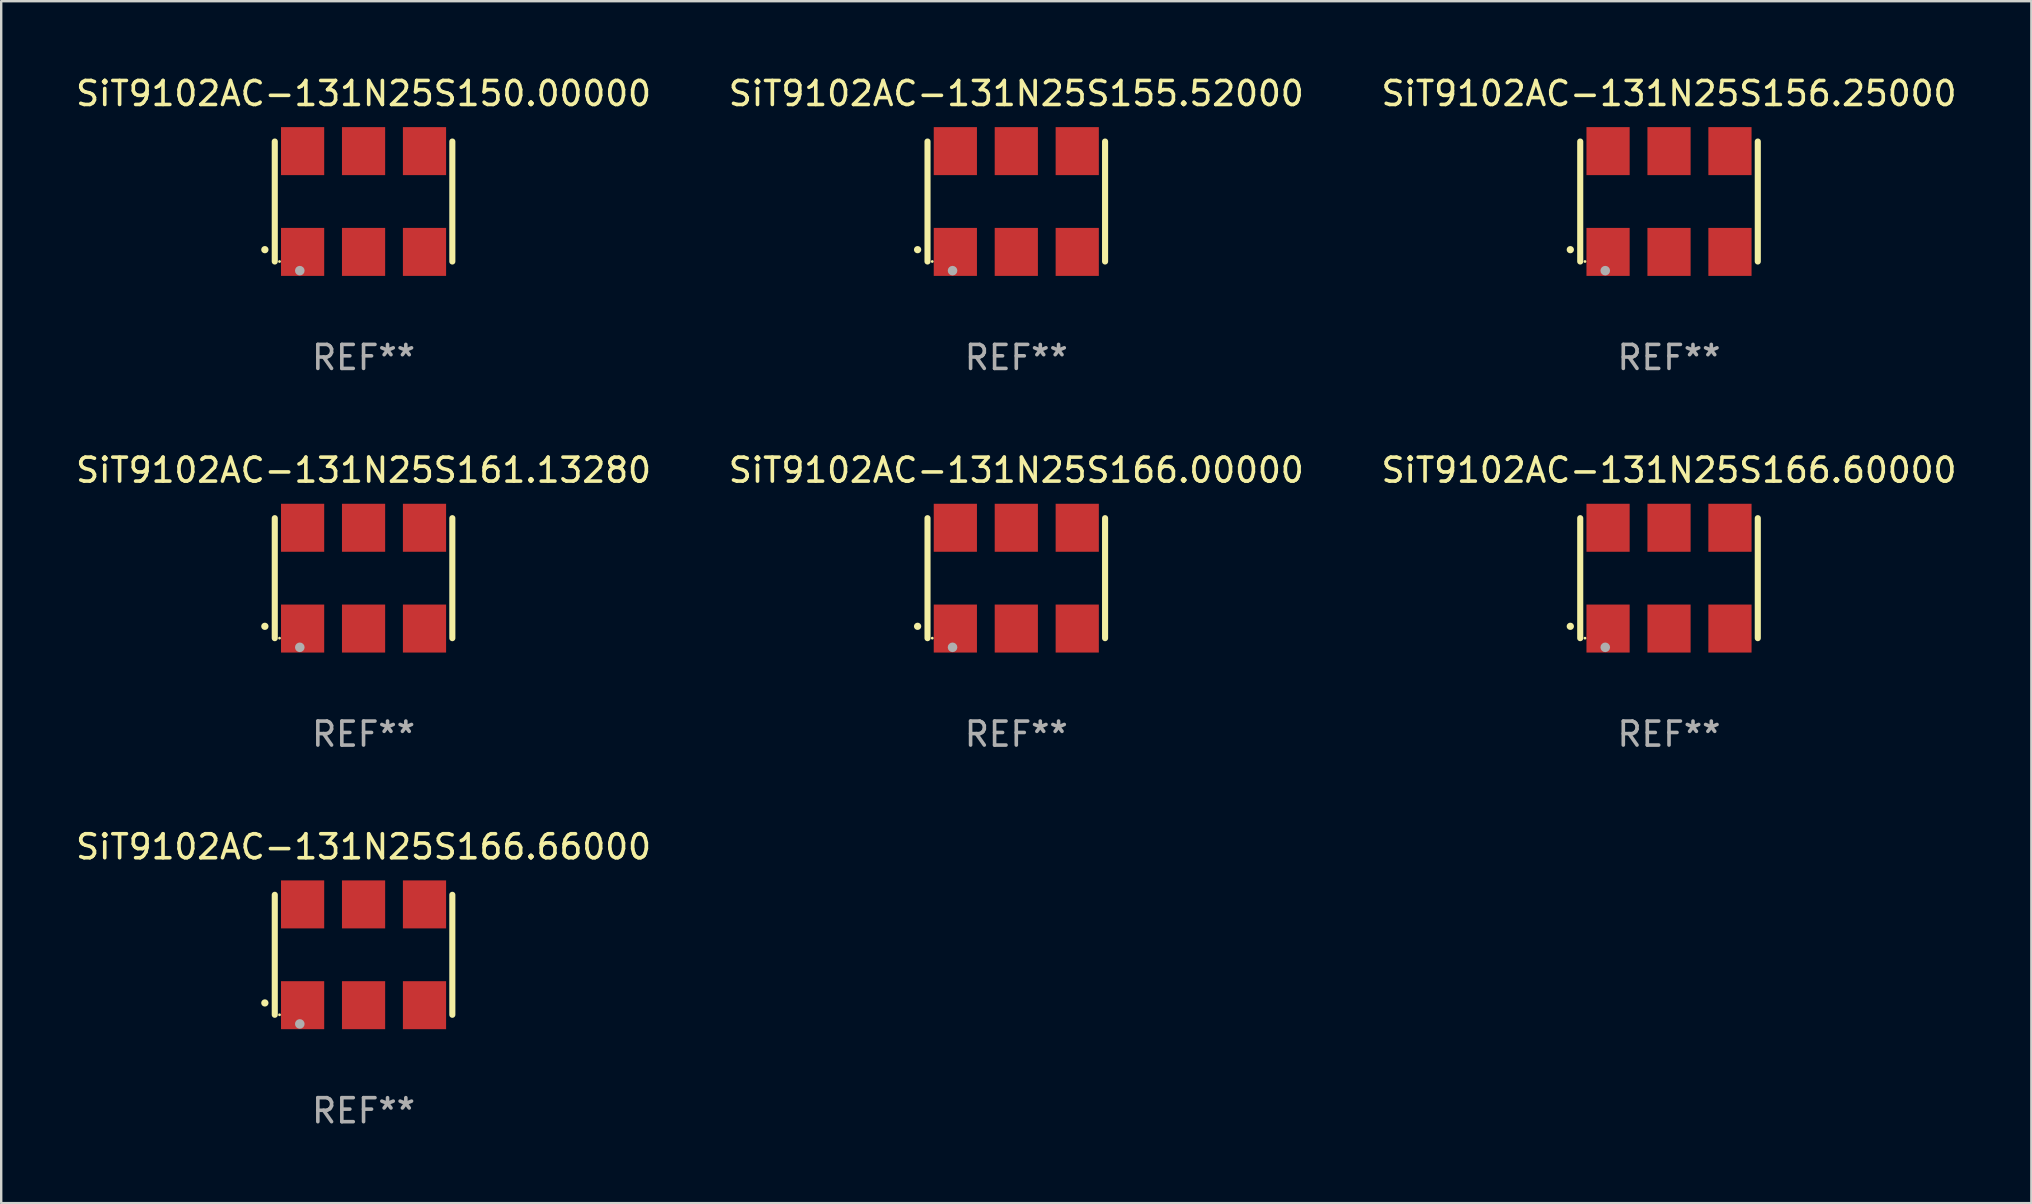
<source format=kicad_pcb>
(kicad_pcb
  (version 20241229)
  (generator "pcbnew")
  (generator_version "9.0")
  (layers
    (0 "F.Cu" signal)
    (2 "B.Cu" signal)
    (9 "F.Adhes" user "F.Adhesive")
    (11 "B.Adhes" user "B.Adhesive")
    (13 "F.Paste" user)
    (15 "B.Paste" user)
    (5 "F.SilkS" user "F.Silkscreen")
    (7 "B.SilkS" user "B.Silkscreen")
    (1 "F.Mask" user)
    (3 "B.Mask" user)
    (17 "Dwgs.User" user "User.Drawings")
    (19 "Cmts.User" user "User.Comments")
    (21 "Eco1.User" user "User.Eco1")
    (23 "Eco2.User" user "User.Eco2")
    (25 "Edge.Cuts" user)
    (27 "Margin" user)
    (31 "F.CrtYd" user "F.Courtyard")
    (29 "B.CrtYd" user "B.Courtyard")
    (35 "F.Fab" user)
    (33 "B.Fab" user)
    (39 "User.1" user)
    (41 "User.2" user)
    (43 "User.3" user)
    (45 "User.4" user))
  (footprint "SiT9102AC-131N25S166.60000"
    (layer "F.Cu")
    (at 66.506 21.045)
    (property "Reference" "SiT9102AC-131N25S166.60000" (at 0 -4.5 0) (layer "F.SilkS") (effects (font (size 1 1) (thickness 0.15))))
    (attr through_hole)
    (fp_line (start -3.7 -2.5) (end -3.7 2.5) (stroke (width 0.254) (type solid)) (layer "F.SilkS"))
    (fp_line (start 3.7 -2.5) (end 3.7 2.5) (stroke (width 0.254) (type solid)) (layer "F.SilkS"))
    (fp_arc (start -4.114415 2.006604) (mid -4.113145 2.006599) (end -4.111875 2.006604) (stroke (width 0.3) (type solid)) (layer "F.SilkS"))
    (fp_circle (center -3.502 2.5) (end -3.472 2.5) (stroke (width 0.06) (type solid)) (fill no) (layer "F.SilkS"))
    (fp_circle (center -2.657 2.882) (end -2.557 2.882) (stroke (width 0.2) (type solid)) (fill no) (layer "F.Fab"))
    (fp_text user "REF**" (at 0 6.5 0) (layer "F.Fab") (effects (font (size 1 1) (thickness 0.15))))
    (pad "1" smd rect (at -2.54 2.1) (size 1.8 2) (layers "F.Cu" "F.Mask" "F.Paste"))
    (pad "2" smd rect (at 0.000394 2.1) (size 1.8 2) (layers "F.Cu" "F.Mask" "F.Paste"))
    (pad "3" smd rect (at 2.54 2.1) (size 1.8 2) (layers "F.Cu" "F.Mask" "F.Paste"))
    (pad "4" smd rect (at 2.54 -2.1) (size 1.8 2) (layers "F.Cu" "F.Mask" "F.Paste"))
    (pad "5" smd rect (at 0.000394 -2.1) (size 1.8 2) (layers "F.Cu" "F.Mask" "F.Paste"))
    (pad "6" smd rect (at -2.54 -2.1) (size 1.8 2) (layers "F.Cu" "F.Mask" "F.Paste")))
  (footprint "SiT9102AC-131N25S150.00000"
    (layer "F.Cu")
    (at 12.101 5.348)
    (property "Reference" "SiT9102AC-131N25S150.00000" (at 0 -4.5 0) (layer "F.SilkS") (effects (font (size 1 1) (thickness 0.15))))
    (attr through_hole)
    (fp_line (start -3.7 -2.5) (end -3.7 2.5) (stroke (width 0.254) (type solid)) (layer "F.SilkS"))
    (fp_line (start 3.7 -2.5) (end 3.7 2.5) (stroke (width 0.254) (type solid)) (layer "F.SilkS"))
    (fp_arc (start -4.114415 2.006604) (mid -4.113145 2.006599) (end -4.111875 2.006604) (stroke (width 0.3) (type solid)) (layer "F.SilkS"))
    (fp_circle (center -3.502 2.5) (end -3.472 2.5) (stroke (width 0.06) (type solid)) (fill no) (layer "F.SilkS"))
    (fp_circle (center -2.657 2.882) (end -2.557 2.882) (stroke (width 0.2) (type solid)) (fill no) (layer "F.Fab"))
    (fp_text user "REF**" (at 0 6.5 0) (layer "F.Fab") (effects (font (size 1 1) (thickness 0.15))))
    (pad "1" smd rect (at -2.54 2.1) (size 1.8 2) (layers "F.Cu" "F.Mask" "F.Paste"))
    (pad "2" smd rect (at 0.000394 2.1) (size 1.8 2) (layers "F.Cu" "F.Mask" "F.Paste"))
    (pad "3" smd rect (at 2.54 2.1) (size 1.8 2) (layers "F.Cu" "F.Mask" "F.Paste"))
    (pad "4" smd rect (at 2.54 -2.1) (size 1.8 2) (layers "F.Cu" "F.Mask" "F.Paste"))
    (pad "5" smd rect (at 0.000394 -2.1) (size 1.8 2) (layers "F.Cu" "F.Mask" "F.Paste"))
    (pad "6" smd rect (at -2.54 -2.1) (size 1.8 2) (layers "F.Cu" "F.Mask" "F.Paste")))
  (footprint "SiT9102AC-131N25S161.13280"
    (layer "F.Cu")
    (at 12.101 21.045)
    (property "Reference" "SiT9102AC-131N25S161.13280" (at 0 -4.5 0) (layer "F.SilkS") (effects (font (size 1 1) (thickness 0.15))))
    (attr through_hole)
    (fp_line (start -3.7 -2.5) (end -3.7 2.5) (stroke (width 0.254) (type solid)) (layer "F.SilkS"))
    (fp_line (start 3.7 -2.5) (end 3.7 2.5) (stroke (width 0.254) (type solid)) (layer "F.SilkS"))
    (fp_arc (start -4.114415 2.006604) (mid -4.113145 2.006599) (end -4.111875 2.006604) (stroke (width 0.3) (type solid)) (layer "F.SilkS"))
    (fp_circle (center -3.502 2.5) (end -3.472 2.5) (stroke (width 0.06) (type solid)) (fill no) (layer "F.SilkS"))
    (fp_circle (center -2.657 2.882) (end -2.557 2.882) (stroke (width 0.2) (type solid)) (fill no) (layer "F.Fab"))
    (fp_text user "REF**" (at 0 6.5 0) (layer "F.Fab") (effects (font (size 1 1) (thickness 0.15))))
    (pad "1" smd rect (at -2.54 2.1) (size 1.8 2) (layers "F.Cu" "F.Mask" "F.Paste"))
    (pad "2" smd rect (at 0.000394 2.1) (size 1.8 2) (layers "F.Cu" "F.Mask" "F.Paste"))
    (pad "3" smd rect (at 2.54 2.1) (size 1.8 2) (layers "F.Cu" "F.Mask" "F.Paste"))
    (pad "4" smd rect (at 2.54 -2.1) (size 1.8 2) (layers "F.Cu" "F.Mask" "F.Paste"))
    (pad "5" smd rect (at 0.000394 -2.1) (size 1.8 2) (layers "F.Cu" "F.Mask" "F.Paste"))
    (pad "6" smd rect (at -2.54 -2.1) (size 1.8 2) (layers "F.Cu" "F.Mask" "F.Paste")))
  (footprint "SiT9102AC-131N25S155.52000"
    (layer "F.Cu")
    (at 39.304 5.348)
    (property "Reference" "SiT9102AC-131N25S155.52000" (at 0 -4.5 0) (layer "F.SilkS") (effects (font (size 1 1) (thickness 0.15))))
    (attr through_hole)
    (fp_line (start -3.7 -2.5) (end -3.7 2.5) (stroke (width 0.254) (type solid)) (layer "F.SilkS"))
    (fp_line (start 3.7 -2.5) (end 3.7 2.5) (stroke (width 0.254) (type solid)) (layer "F.SilkS"))
    (fp_arc (start -4.114415 2.006604) (mid -4.113145 2.006599) (end -4.111875 2.006604) (stroke (width 0.3) (type solid)) (layer "F.SilkS"))
    (fp_circle (center -3.502 2.5) (end -3.472 2.5) (stroke (width 0.06) (type solid)) (fill no) (layer "F.SilkS"))
    (fp_circle (center -2.657 2.882) (end -2.557 2.882) (stroke (width 0.2) (type solid)) (fill no) (layer "F.Fab"))
    (fp_text user "REF**" (at 0 6.5 0) (layer "F.Fab") (effects (font (size 1 1) (thickness 0.15))))
    (pad "1" smd rect (at -2.54 2.1) (size 1.8 2) (layers "F.Cu" "F.Mask" "F.Paste"))
    (pad "2" smd rect (at 0.000394 2.1) (size 1.8 2) (layers "F.Cu" "F.Mask" "F.Paste"))
    (pad "3" smd rect (at 2.54 2.1) (size 1.8 2) (layers "F.Cu" "F.Mask" "F.Paste"))
    (pad "4" smd rect (at 2.54 -2.1) (size 1.8 2) (layers "F.Cu" "F.Mask" "F.Paste"))
    (pad "5" smd rect (at 0.000394 -2.1) (size 1.8 2) (layers "F.Cu" "F.Mask" "F.Paste"))
    (pad "6" smd rect (at -2.54 -2.1) (size 1.8 2) (layers "F.Cu" "F.Mask" "F.Paste")))
  (footprint "SiT9102AC-131N25S156.25000"
    (layer "F.Cu")
    (at 66.506 5.348)
    (property "Reference" "SiT9102AC-131N25S156.25000" (at 0 -4.5 0) (layer "F.SilkS") (effects (font (size 1 1) (thickness 0.15))))
    (attr through_hole)
    (fp_line (start -3.7 -2.5) (end -3.7 2.5) (stroke (width 0.254) (type solid)) (layer "F.SilkS"))
    (fp_line (start 3.7 -2.5) (end 3.7 2.5) (stroke (width 0.254) (type solid)) (layer "F.SilkS"))
    (fp_arc (start -4.114415 2.006604) (mid -4.113145 2.006599) (end -4.111875 2.006604) (stroke (width 0.3) (type solid)) (layer "F.SilkS"))
    (fp_circle (center -3.502 2.5) (end -3.472 2.5) (stroke (width 0.06) (type solid)) (fill no) (layer "F.SilkS"))
    (fp_circle (center -2.657 2.882) (end -2.557 2.882) (stroke (width 0.2) (type solid)) (fill no) (layer "F.Fab"))
    (fp_text user "REF**" (at 0 6.5 0) (layer "F.Fab") (effects (font (size 1 1) (thickness 0.15))))
    (pad "1" smd rect (at -2.54 2.1) (size 1.8 2) (layers "F.Cu" "F.Mask" "F.Paste"))
    (pad "2" smd rect (at 0.000394 2.1) (size 1.8 2) (layers "F.Cu" "F.Mask" "F.Paste"))
    (pad "3" smd rect (at 2.54 2.1) (size 1.8 2) (layers "F.Cu" "F.Mask" "F.Paste"))
    (pad "4" smd rect (at 2.54 -2.1) (size 1.8 2) (layers "F.Cu" "F.Mask" "F.Paste"))
    (pad "5" smd rect (at 0.000394 -2.1) (size 1.8 2) (layers "F.Cu" "F.Mask" "F.Paste"))
    (pad "6" smd rect (at -2.54 -2.1) (size 1.8 2) (layers "F.Cu" "F.Mask" "F.Paste")))
  (footprint "SiT9102AC-131N25S166.00000"
    (layer "F.Cu")
    (at 39.304 21.045)
    (property "Reference" "SiT9102AC-131N25S166.00000" (at 0 -4.5 0) (layer "F.SilkS") (effects (font (size 1 1) (thickness 0.15))))
    (attr through_hole)
    (fp_line (start -3.7 -2.5) (end -3.7 2.5) (stroke (width 0.254) (type solid)) (layer "F.SilkS"))
    (fp_line (start 3.7 -2.5) (end 3.7 2.5) (stroke (width 0.254) (type solid)) (layer "F.SilkS"))
    (fp_arc (start -4.114415 2.006604) (mid -4.113145 2.006599) (end -4.111875 2.006604) (stroke (width 0.3) (type solid)) (layer "F.SilkS"))
    (fp_circle (center -3.502 2.5) (end -3.472 2.5) (stroke (width 0.06) (type solid)) (fill no) (layer "F.SilkS"))
    (fp_circle (center -2.657 2.882) (end -2.557 2.882) (stroke (width 0.2) (type solid)) (fill no) (layer "F.Fab"))
    (fp_text user "REF**" (at 0 6.5 0) (layer "F.Fab") (effects (font (size 1 1) (thickness 0.15))))
    (pad "1" smd rect (at -2.54 2.1) (size 1.8 2) (layers "F.Cu" "F.Mask" "F.Paste"))
    (pad "2" smd rect (at 0.000394 2.1) (size 1.8 2) (layers "F.Cu" "F.Mask" "F.Paste"))
    (pad "3" smd rect (at 2.54 2.1) (size 1.8 2) (layers "F.Cu" "F.Mask" "F.Paste"))
    (pad "4" smd rect (at 2.54 -2.1) (size 1.8 2) (layers "F.Cu" "F.Mask" "F.Paste"))
    (pad "5" smd rect (at 0.000394 -2.1) (size 1.8 2) (layers "F.Cu" "F.Mask" "F.Paste"))
    (pad "6" smd rect (at -2.54 -2.1) (size 1.8 2) (layers "F.Cu" "F.Mask" "F.Paste")))
  (footprint "SiT9102AC-131N25S166.66000"
    (layer "F.Cu")
    (at 12.101 36.741)
    (property "Reference" "SiT9102AC-131N25S166.66000" (at 0 -4.5 0) (layer "F.SilkS") (effects (font (size 1 1) (thickness 0.15))))
    (attr through_hole)
    (fp_line (start -3.7 -2.5) (end -3.7 2.5) (stroke (width 0.254) (type solid)) (layer "F.SilkS"))
    (fp_line (start 3.7 -2.5) (end 3.7 2.5) (stroke (width 0.254) (type solid)) (layer "F.SilkS"))
    (fp_arc (start -4.114415 2.006604) (mid -4.113145 2.006599) (end -4.111875 2.006604) (stroke (width 0.3) (type solid)) (layer "F.SilkS"))
    (fp_circle (center -3.502 2.5) (end -3.472 2.5) (stroke (width 0.06) (type solid)) (fill no) (layer "F.SilkS"))
    (fp_circle (center -2.657 2.882) (end -2.557 2.882) (stroke (width 0.2) (type solid)) (fill no) (layer "F.Fab"))
    (fp_text user "REF**" (at 0 6.5 0) (layer "F.Fab") (effects (font (size 1 1) (thickness 0.15))))
    (pad "1" smd rect (at -2.54 2.1) (size 1.8 2) (layers "F.Cu" "F.Mask" "F.Paste"))
    (pad "2" smd rect (at 0.000394 2.1) (size 1.8 2) (layers "F.Cu" "F.Mask" "F.Paste"))
    (pad "3" smd rect (at 2.54 2.1) (size 1.8 2) (layers "F.Cu" "F.Mask" "F.Paste"))
    (pad "4" smd rect (at 2.54 -2.1) (size 1.8 2) (layers "F.Cu" "F.Mask" "F.Paste"))
    (pad "5" smd rect (at 0.000394 -2.1) (size 1.8 2) (layers "F.Cu" "F.Mask" "F.Paste"))
    (pad "6" smd rect (at -2.54 -2.1) (size 1.8 2) (layers "F.Cu" "F.Mask" "F.Paste")))
  (gr_rect
    (start -3 -3)
    (end 81.607 47.09)
    (stroke (width 0.1) (type default))
    (fill no)
    (layer "Edge.Cuts")))
</source>
